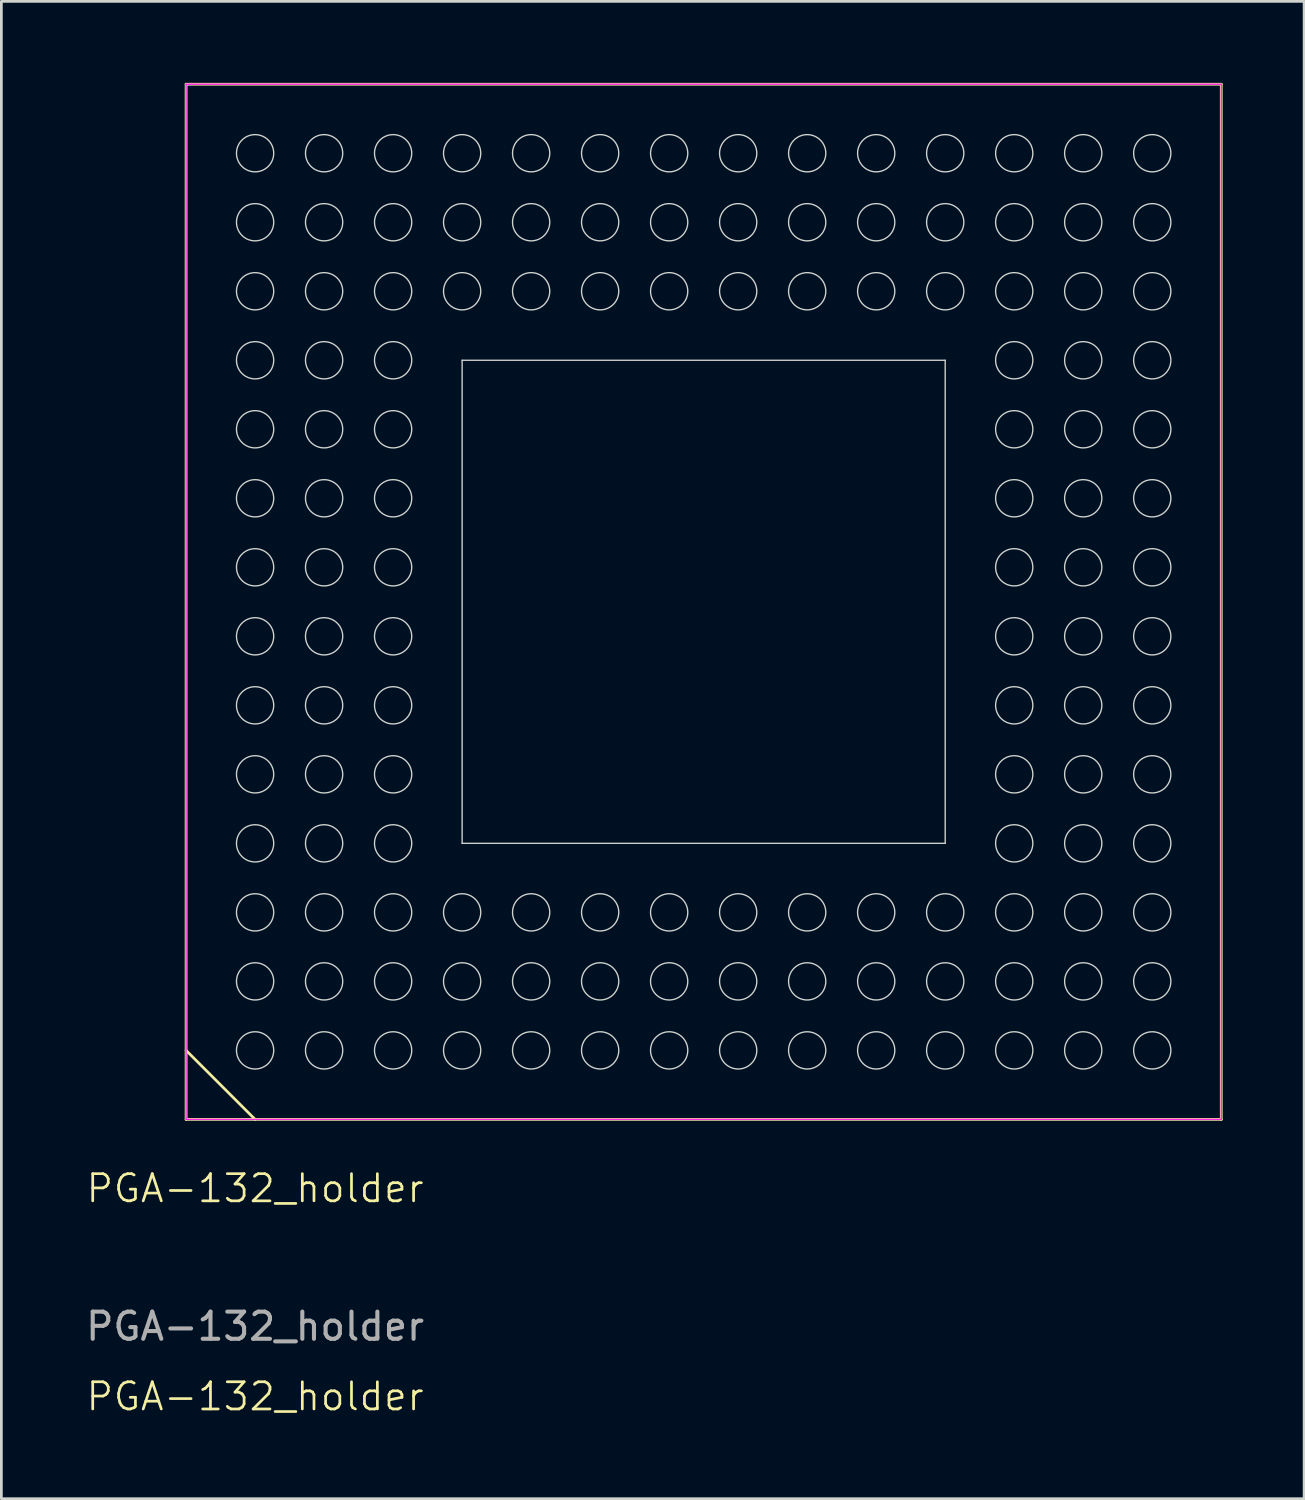
<source format=kicad_pcb>
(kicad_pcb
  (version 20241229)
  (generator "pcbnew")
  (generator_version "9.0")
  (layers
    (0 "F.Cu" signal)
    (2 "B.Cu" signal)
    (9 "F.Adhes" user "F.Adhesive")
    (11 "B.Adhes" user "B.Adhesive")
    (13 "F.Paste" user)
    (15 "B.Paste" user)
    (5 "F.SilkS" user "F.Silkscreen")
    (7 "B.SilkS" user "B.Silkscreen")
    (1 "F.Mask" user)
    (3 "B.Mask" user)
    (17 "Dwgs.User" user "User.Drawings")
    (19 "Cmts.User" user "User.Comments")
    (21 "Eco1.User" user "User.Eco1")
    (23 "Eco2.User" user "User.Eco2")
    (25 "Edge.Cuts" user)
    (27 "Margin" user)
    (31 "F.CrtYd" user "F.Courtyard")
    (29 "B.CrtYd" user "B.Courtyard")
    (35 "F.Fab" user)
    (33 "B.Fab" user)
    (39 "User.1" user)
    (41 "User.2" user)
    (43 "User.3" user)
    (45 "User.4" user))
  (footprint "PGA-132_holder"
    (layer "F.Cu")
    (at 6.339 35.61)
    (property "Reference" "PGA-132_holder" (at 0 5.08 0) (unlocked yes) (layer "F.SilkS") (effects (font (size 1 1) (thickness 0.1))))
    (attr through_hole)
    (fp_line (start -2.54 -35.56) (end -2.54 2.54) (stroke (width 0.1) (type default)) (layer "F.SilkS"))
    (fp_line (start -2.54 0) (end 0 2.54) (stroke (width 0.1) (type default)) (layer "F.SilkS"))
    (fp_line (start -2.54 2.54) (end 35.56 2.54) (stroke (width 0.1) (type default)) (layer "F.SilkS"))
    (fp_line (start 35.56 -35.56) (end -2.54 -35.56) (stroke (width 0.1) (type default)) (layer "F.SilkS"))
    (fp_line (start 35.56 2.54) (end 35.56 -35.56) (stroke (width 0.1) (type default)) (layer "F.SilkS"))
    (fp_line (start 7.62 -25.4) (end 25.4 -25.4) (stroke (width 0.05) (type default)) (layer "Edge.Cuts"))
    (fp_line (start 7.62 -7.62) (end 7.62 -25.4) (stroke (width 0.05) (type default)) (layer "Edge.Cuts"))
    (fp_line (start 25.4 -25.4) (end 25.4 -7.62) (stroke (width 0.05) (type default)) (layer "Edge.Cuts"))
    (fp_line (start 25.4 -7.62) (end 7.62 -7.62) (stroke (width 0.05) (type default)) (layer "Edge.Cuts"))
    (fp_circle (center 0 -33.02) (end 0.685 -33.02) (stroke (width 0.05) (type default)) (fill no) (layer "Edge.Cuts"))
    (fp_circle (center 0 -30.48) (end 0.685 -30.48) (stroke (width 0.05) (type default)) (fill no) (layer "Edge.Cuts"))
    (fp_circle (center 0 -27.94) (end 0.685 -27.94) (stroke (width 0.05) (type default)) (fill no) (layer "Edge.Cuts"))
    (fp_circle (center 0 -25.4) (end 0.685 -25.4) (stroke (width 0.05) (type default)) (fill no) (layer "Edge.Cuts"))
    (fp_circle (center 0 -22.86) (end 0.685 -22.86) (stroke (width 0.05) (type default)) (fill no) (layer "Edge.Cuts"))
    (fp_circle (center 0 -20.32) (end 0.685 -20.32) (stroke (width 0.05) (type default)) (fill no) (layer "Edge.Cuts"))
    (fp_circle (center 0 -17.78) (end 0.685 -17.78) (stroke (width 0.05) (type default)) (fill no) (layer "Edge.Cuts"))
    (fp_circle (center 0 -15.24) (end 0.685 -15.24) (stroke (width 0.05) (type default)) (fill no) (layer "Edge.Cuts"))
    (fp_circle (center 0 -12.7) (end 0.685 -12.7) (stroke (width 0.05) (type default)) (fill no) (layer "Edge.Cuts"))
    (fp_circle (center 0 -10.16) (end 0.685 -10.16) (stroke (width 0.05) (type default)) (fill no) (layer "Edge.Cuts"))
    (fp_circle (center 0 -7.62) (end 0.685 -7.62) (stroke (width 0.05) (type default)) (fill no) (layer "Edge.Cuts"))
    (fp_circle (center 0 -5.08) (end 0.685 -5.08) (stroke (width 0.05) (type default)) (fill no) (layer "Edge.Cuts"))
    (fp_circle (center 0 -2.54) (end 0.685 -2.54) (stroke (width 0.05) (type default)) (fill no) (layer "Edge.Cuts"))
    (fp_circle (center 0 0) (end 0.685 0) (stroke (width 0.05) (type default)) (fill no) (layer "Edge.Cuts"))
    (fp_circle (center 2.54 -33.02) (end 3.225 -33.02) (stroke (width 0.05) (type default)) (fill no) (layer "Edge.Cuts"))
    (fp_circle (center 2.54 -30.48) (end 3.225 -30.48) (stroke (width 0.05) (type default)) (fill no) (layer "Edge.Cuts"))
    (fp_circle (center 2.54 -27.94) (end 3.225 -27.94) (stroke (width 0.05) (type default)) (fill no) (layer "Edge.Cuts"))
    (fp_circle (center 2.54 -25.4) (end 3.225 -25.4) (stroke (width 0.05) (type default)) (fill no) (layer "Edge.Cuts"))
    (fp_circle (center 2.54 -22.86) (end 3.225 -22.86) (stroke (width 0.05) (type default)) (fill no) (layer "Edge.Cuts"))
    (fp_circle (center 2.54 -20.32) (end 3.225 -20.32) (stroke (width 0.05) (type default)) (fill no) (layer "Edge.Cuts"))
    (fp_circle (center 2.54 -17.78) (end 3.225 -17.78) (stroke (width 0.05) (type default)) (fill no) (layer "Edge.Cuts"))
    (fp_circle (center 2.54 -15.24) (end 3.225 -15.24) (stroke (width 0.05) (type default)) (fill no) (layer "Edge.Cuts"))
    (fp_circle (center 2.54 -12.7) (end 3.225 -12.7) (stroke (width 0.05) (type default)) (fill no) (layer "Edge.Cuts"))
    (fp_circle (center 2.54 -10.16) (end 3.225 -10.16) (stroke (width 0.05) (type default)) (fill no) (layer "Edge.Cuts"))
    (fp_circle (center 2.54 -7.62) (end 3.225 -7.62) (stroke (width 0.05) (type default)) (fill no) (layer "Edge.Cuts"))
    (fp_circle (center 2.54 -5.08) (end 3.225 -5.08) (stroke (width 0.05) (type default)) (fill no) (layer "Edge.Cuts"))
    (fp_circle (center 2.54 -2.54) (end 3.225 -2.54) (stroke (width 0.05) (type default)) (fill no) (layer "Edge.Cuts"))
    (fp_circle (center 2.54 0) (end 3.225 0) (stroke (width 0.05) (type default)) (fill no) (layer "Edge.Cuts"))
    (fp_circle (center 5.08 -33.02) (end 5.765 -33.02) (stroke (width 0.05) (type default)) (fill no) (layer "Edge.Cuts"))
    (fp_circle (center 5.08 -30.48) (end 5.765 -30.48) (stroke (width 0.05) (type default)) (fill no) (layer "Edge.Cuts"))
    (fp_circle (center 5.08 -27.94) (end 5.765 -27.94) (stroke (width 0.05) (type default)) (fill no) (layer "Edge.Cuts"))
    (fp_circle (center 5.08 -25.4) (end 5.765 -25.4) (stroke (width 0.05) (type default)) (fill no) (layer "Edge.Cuts"))
    (fp_circle (center 5.08 -22.86) (end 5.765 -22.86) (stroke (width 0.05) (type default)) (fill no) (layer "Edge.Cuts"))
    (fp_circle (center 5.08 -20.32) (end 5.765 -20.32) (stroke (width 0.05) (type default)) (fill no) (layer "Edge.Cuts"))
    (fp_circle (center 5.08 -17.78) (end 5.765 -17.78) (stroke (width 0.05) (type default)) (fill no) (layer "Edge.Cuts"))
    (fp_circle (center 5.08 -15.24) (end 5.765 -15.24) (stroke (width 0.05) (type default)) (fill no) (layer "Edge.Cuts"))
    (fp_circle (center 5.08 -12.7) (end 5.765 -12.7) (stroke (width 0.05) (type default)) (fill no) (layer "Edge.Cuts"))
    (fp_circle (center 5.08 -10.16) (end 5.765 -10.16) (stroke (width 0.05) (type default)) (fill no) (layer "Edge.Cuts"))
    (fp_circle (center 5.08 -7.62) (end 5.765 -7.62) (stroke (width 0.05) (type default)) (fill no) (layer "Edge.Cuts"))
    (fp_circle (center 5.08 -5.08) (end 5.765 -5.08) (stroke (width 0.05) (type default)) (fill no) (layer "Edge.Cuts"))
    (fp_circle (center 5.08 -2.54) (end 5.765 -2.54) (stroke (width 0.05) (type default)) (fill no) (layer "Edge.Cuts"))
    (fp_circle (center 5.08 0) (end 5.765 0) (stroke (width 0.05) (type default)) (fill no) (layer "Edge.Cuts"))
    (fp_circle (center 7.62 -33.02) (end 8.305 -33.02) (stroke (width 0.05) (type default)) (fill no) (layer "Edge.Cuts"))
    (fp_circle (center 7.62 -30.48) (end 8.305 -30.48) (stroke (width 0.05) (type default)) (fill no) (layer "Edge.Cuts"))
    (fp_circle (center 7.62 -27.94) (end 8.305 -27.94) (stroke (width 0.05) (type default)) (fill no) (layer "Edge.Cuts"))
    (fp_circle (center 7.62 -5.08) (end 8.305 -5.08) (stroke (width 0.05) (type default)) (fill no) (layer "Edge.Cuts"))
    (fp_circle (center 7.62 -2.54) (end 8.305 -2.54) (stroke (width 0.05) (type default)) (fill no) (layer "Edge.Cuts"))
    (fp_circle (center 7.62 0) (end 8.305 0) (stroke (width 0.05) (type default)) (fill no) (layer "Edge.Cuts"))
    (fp_circle (center 10.16 -33.02) (end 10.845 -33.02) (stroke (width 0.05) (type default)) (fill no) (layer "Edge.Cuts"))
    (fp_circle (center 10.16 -30.48) (end 10.845 -30.48) (stroke (width 0.05) (type default)) (fill no) (layer "Edge.Cuts"))
    (fp_circle (center 10.16 -27.94) (end 10.845 -27.94) (stroke (width 0.05) (type default)) (fill no) (layer "Edge.Cuts"))
    (fp_circle (center 10.16 -5.08) (end 10.845 -5.08) (stroke (width 0.05) (type default)) (fill no) (layer "Edge.Cuts"))
    (fp_circle (center 10.16 -2.54) (end 10.845 -2.54) (stroke (width 0.05) (type default)) (fill no) (layer "Edge.Cuts"))
    (fp_circle (center 10.16 0) (end 10.845 0) (stroke (width 0.05) (type default)) (fill no) (layer "Edge.Cuts"))
    (fp_circle (center 12.7 -33.02) (end 13.385 -33.02) (stroke (width 0.05) (type default)) (fill no) (layer "Edge.Cuts"))
    (fp_circle (center 12.7 -30.48) (end 13.385 -30.48) (stroke (width 0.05) (type default)) (fill no) (layer "Edge.Cuts"))
    (fp_circle (center 12.7 -27.94) (end 13.385 -27.94) (stroke (width 0.05) (type default)) (fill no) (layer "Edge.Cuts"))
    (fp_circle (center 12.7 -5.08) (end 13.385 -5.08) (stroke (width 0.05) (type default)) (fill no) (layer "Edge.Cuts"))
    (fp_circle (center 12.7 -2.54) (end 13.385 -2.54) (stroke (width 0.05) (type default)) (fill no) (layer "Edge.Cuts"))
    (fp_circle (center 12.7 0) (end 13.385 0) (stroke (width 0.05) (type default)) (fill no) (layer "Edge.Cuts"))
    (fp_circle (center 15.24 -33.02) (end 15.925 -33.02) (stroke (width 0.05) (type default)) (fill no) (layer "Edge.Cuts"))
    (fp_circle (center 15.24 -30.48) (end 15.925 -30.48) (stroke (width 0.05) (type default)) (fill no) (layer "Edge.Cuts"))
    (fp_circle (center 15.24 -27.94) (end 15.925 -27.94) (stroke (width 0.05) (type default)) (fill no) (layer "Edge.Cuts"))
    (fp_circle (center 15.24 -5.08) (end 15.925 -5.08) (stroke (width 0.05) (type default)) (fill no) (layer "Edge.Cuts"))
    (fp_circle (center 15.24 -2.54) (end 15.925 -2.54) (stroke (width 0.05) (type default)) (fill no) (layer "Edge.Cuts"))
    (fp_circle (center 15.24 0) (end 15.925 0) (stroke (width 0.05) (type default)) (fill no) (layer "Edge.Cuts"))
    (fp_circle (center 17.78 -33.02) (end 18.465 -33.02) (stroke (width 0.05) (type default)) (fill no) (layer "Edge.Cuts"))
    (fp_circle (center 17.78 -30.48) (end 18.465 -30.48) (stroke (width 0.05) (type default)) (fill no) (layer "Edge.Cuts"))
    (fp_circle (center 17.78 -27.94) (end 18.465 -27.94) (stroke (width 0.05) (type default)) (fill no) (layer "Edge.Cuts"))
    (fp_circle (center 17.78 -5.08) (end 18.465 -5.08) (stroke (width 0.05) (type default)) (fill no) (layer "Edge.Cuts"))
    (fp_circle (center 17.78 -2.54) (end 18.465 -2.54) (stroke (width 0.05) (type default)) (fill no) (layer "Edge.Cuts"))
    (fp_circle (center 17.78 0) (end 18.465 0) (stroke (width 0.05) (type default)) (fill no) (layer "Edge.Cuts"))
    (fp_circle (center 20.32 -33.02) (end 21.005 -33.02) (stroke (width 0.05) (type default)) (fill no) (layer "Edge.Cuts"))
    (fp_circle (center 20.32 -30.48) (end 21.005 -30.48) (stroke (width 0.05) (type default)) (fill no) (layer "Edge.Cuts"))
    (fp_circle (center 20.32 -27.94) (end 21.005 -27.94) (stroke (width 0.05) (type default)) (fill no) (layer "Edge.Cuts"))
    (fp_circle (center 20.32 -5.08) (end 21.005 -5.08) (stroke (width 0.05) (type default)) (fill no) (layer "Edge.Cuts"))
    (fp_circle (center 20.32 -2.54) (end 21.005 -2.54) (stroke (width 0.05) (type default)) (fill no) (layer "Edge.Cuts"))
    (fp_circle (center 20.32 0) (end 21.005 0) (stroke (width 0.05) (type default)) (fill no) (layer "Edge.Cuts"))
    (fp_circle (center 22.86 -33.02) (end 23.545 -33.02) (stroke (width 0.05) (type default)) (fill no) (layer "Edge.Cuts"))
    (fp_circle (center 22.86 -30.48) (end 23.545 -30.48) (stroke (width 0.05) (type default)) (fill no) (layer "Edge.Cuts"))
    (fp_circle (center 22.86 -27.94) (end 23.545 -27.94) (stroke (width 0.05) (type default)) (fill no) (layer "Edge.Cuts"))
    (fp_circle (center 22.86 -5.08) (end 23.545 -5.08) (stroke (width 0.05) (type default)) (fill no) (layer "Edge.Cuts"))
    (fp_circle (center 22.86 -2.54) (end 23.545 -2.54) (stroke (width 0.05) (type default)) (fill no) (layer "Edge.Cuts"))
    (fp_circle (center 22.86 0) (end 23.545 0) (stroke (width 0.05) (type default)) (fill no) (layer "Edge.Cuts"))
    (fp_circle (center 25.4 -33.02) (end 26.085 -33.02) (stroke (width 0.05) (type default)) (fill no) (layer "Edge.Cuts"))
    (fp_circle (center 25.4 -30.48) (end 26.085 -30.48) (stroke (width 0.05) (type default)) (fill no) (layer "Edge.Cuts"))
    (fp_circle (center 25.4 -27.94) (end 26.085 -27.94) (stroke (width 0.05) (type default)) (fill no) (layer "Edge.Cuts"))
    (fp_circle (center 25.4 -5.08) (end 26.085 -5.08) (stroke (width 0.05) (type default)) (fill no) (layer "Edge.Cuts"))
    (fp_circle (center 25.4 -2.54) (end 26.085 -2.54) (stroke (width 0.05) (type default)) (fill no) (layer "Edge.Cuts"))
    (fp_circle (center 25.4 0) (end 26.085 0) (stroke (width 0.05) (type default)) (fill no) (layer "Edge.Cuts"))
    (fp_circle (center 27.94 -33.02) (end 28.625 -33.02) (stroke (width 0.05) (type default)) (fill no) (layer "Edge.Cuts"))
    (fp_circle (center 27.94 -30.48) (end 28.625 -30.48) (stroke (width 0.05) (type default)) (fill no) (layer "Edge.Cuts"))
    (fp_circle (center 27.94 -27.94) (end 28.625 -27.94) (stroke (width 0.05) (type default)) (fill no) (layer "Edge.Cuts"))
    (fp_circle (center 27.94 -25.4) (end 28.625 -25.4) (stroke (width 0.05) (type default)) (fill no) (layer "Edge.Cuts"))
    (fp_circle (center 27.94 -22.86) (end 28.625 -22.86) (stroke (width 0.05) (type default)) (fill no) (layer "Edge.Cuts"))
    (fp_circle (center 27.94 -20.32) (end 28.625 -20.32) (stroke (width 0.05) (type default)) (fill no) (layer "Edge.Cuts"))
    (fp_circle (center 27.94 -17.78) (end 28.625 -17.78) (stroke (width 0.05) (type default)) (fill no) (layer "Edge.Cuts"))
    (fp_circle (center 27.94 -15.24) (end 28.625 -15.24) (stroke (width 0.05) (type default)) (fill no) (layer "Edge.Cuts"))
    (fp_circle (center 27.94 -12.7) (end 28.625 -12.7) (stroke (width 0.05) (type default)) (fill no) (layer "Edge.Cuts"))
    (fp_circle (center 27.94 -10.16) (end 28.625 -10.16) (stroke (width 0.05) (type default)) (fill no) (layer "Edge.Cuts"))
    (fp_circle (center 27.94 -7.62) (end 28.625 -7.62) (stroke (width 0.05) (type default)) (fill no) (layer "Edge.Cuts"))
    (fp_circle (center 27.94 -5.08) (end 28.625 -5.08) (stroke (width 0.05) (type default)) (fill no) (layer "Edge.Cuts"))
    (fp_circle (center 27.94 -2.54) (end 28.625 -2.54) (stroke (width 0.05) (type default)) (fill no) (layer "Edge.Cuts"))
    (fp_circle (center 27.94 0) (end 28.625 0) (stroke (width 0.05) (type default)) (fill no) (layer "Edge.Cuts"))
    (fp_circle (center 30.48 -33.02) (end 31.165 -33.02) (stroke (width 0.05) (type default)) (fill no) (layer "Edge.Cuts"))
    (fp_circle (center 30.48 -30.48) (end 31.165 -30.48) (stroke (width 0.05) (type default)) (fill no) (layer "Edge.Cuts"))
    (fp_circle (center 30.48 -27.94) (end 31.165 -27.94) (stroke (width 0.05) (type default)) (fill no) (layer "Edge.Cuts"))
    (fp_circle (center 30.48 -25.4) (end 31.165 -25.4) (stroke (width 0.05) (type default)) (fill no) (layer "Edge.Cuts"))
    (fp_circle (center 30.48 -22.86) (end 31.165 -22.86) (stroke (width 0.05) (type default)) (fill no) (layer "Edge.Cuts"))
    (fp_circle (center 30.48 -20.32) (end 31.165 -20.32) (stroke (width 0.05) (type default)) (fill no) (layer "Edge.Cuts"))
    (fp_circle (center 30.48 -17.78) (end 31.165 -17.78) (stroke (width 0.05) (type default)) (fill no) (layer "Edge.Cuts"))
    (fp_circle (center 30.48 -15.24) (end 31.165 -15.24) (stroke (width 0.05) (type default)) (fill no) (layer "Edge.Cuts"))
    (fp_circle (center 30.48 -12.7) (end 31.165 -12.7) (stroke (width 0.05) (type default)) (fill no) (layer "Edge.Cuts"))
    (fp_circle (center 30.48 -10.16) (end 31.165 -10.16) (stroke (width 0.05) (type default)) (fill no) (layer "Edge.Cuts"))
    (fp_circle (center 30.48 -7.62) (end 31.165 -7.62) (stroke (width 0.05) (type default)) (fill no) (layer "Edge.Cuts"))
    (fp_circle (center 30.48 -5.08) (end 31.165 -5.08) (stroke (width 0.05) (type default)) (fill no) (layer "Edge.Cuts"))
    (fp_circle (center 30.48 -2.54) (end 31.165 -2.54) (stroke (width 0.05) (type default)) (fill no) (layer "Edge.Cuts"))
    (fp_circle (center 30.48 0) (end 31.165 0) (stroke (width 0.05) (type default)) (fill no) (layer "Edge.Cuts"))
    (fp_circle (center 33.02 -33.02) (end 33.705 -33.02) (stroke (width 0.05) (type default)) (fill no) (layer "Edge.Cuts"))
    (fp_circle (center 33.02 -30.48) (end 33.705 -30.48) (stroke (width 0.05) (type default)) (fill no) (layer "Edge.Cuts"))
    (fp_circle (center 33.02 -27.94) (end 33.705 -27.94) (stroke (width 0.05) (type default)) (fill no) (layer "Edge.Cuts"))
    (fp_circle (center 33.02 -25.4) (end 33.705 -25.4) (stroke (width 0.05) (type default)) (fill no) (layer "Edge.Cuts"))
    (fp_circle (center 33.02 -22.86) (end 33.705 -22.86) (stroke (width 0.05) (type default)) (fill no) (layer "Edge.Cuts"))
    (fp_circle (center 33.02 -20.32) (end 33.705 -20.32) (stroke (width 0.05) (type default)) (fill no) (layer "Edge.Cuts"))
    (fp_circle (center 33.02 -17.78) (end 33.705 -17.78) (stroke (width 0.05) (type default)) (fill no) (layer "Edge.Cuts"))
    (fp_circle (center 33.02 -15.24) (end 33.705 -15.24) (stroke (width 0.05) (type default)) (fill no) (layer "Edge.Cuts"))
    (fp_circle (center 33.02 -12.7) (end 33.705 -12.7) (stroke (width 0.05) (type default)) (fill no) (layer "Edge.Cuts"))
    (fp_circle (center 33.02 -10.16) (end 33.705 -10.16) (stroke (width 0.05) (type default)) (fill no) (layer "Edge.Cuts"))
    (fp_circle (center 33.02 -7.62) (end 33.705 -7.62) (stroke (width 0.05) (type default)) (fill no) (layer "Edge.Cuts"))
    (fp_circle (center 33.02 -5.08) (end 33.705 -5.08) (stroke (width 0.05) (type default)) (fill no) (layer "Edge.Cuts"))
    (fp_circle (center 33.02 -2.54) (end 33.705 -2.54) (stroke (width 0.05) (type default)) (fill no) (layer "Edge.Cuts"))
    (fp_circle (center 33.02 0) (end 33.705 0) (stroke (width 0.05) (type default)) (fill no) (layer "Edge.Cuts"))
    (fp_line (start -2.54 -35.56) (end 35.56 -35.56) (stroke (width 0.05) (type default)) (layer "F.CrtYd"))
    (fp_line (start -2.54 2.54) (end -2.54 -35.56) (stroke (width 0.05) (type default)) (layer "F.CrtYd"))
    (fp_line (start 35.56 -35.56) (end 35.56 2.54) (stroke (width 0.05) (type default)) (layer "F.CrtYd"))
    (fp_line (start 35.56 2.54) (end -2.54 2.54) (stroke (width 0.05) (type default)) (layer "F.CrtYd"))
    (fp_text user "${REFERENCE}" (at 0 12.74 0) (unlocked yes) (layer "F.SilkS") (effects (font (size 1 1) (thickness 0.1))))
    (fp_text user "${REFERENCE}" (at 0 10.16 0) (unlocked yes) (layer "F.Fab") (effects (font (size 1 1) (thickness 0.15)))))
  (gr_rect
    (start -3 -3)
    (end 44.949 52.111)
    (stroke (width 0.1) (type default))
    (fill no)
    (layer "Edge.Cuts")))
</source>
